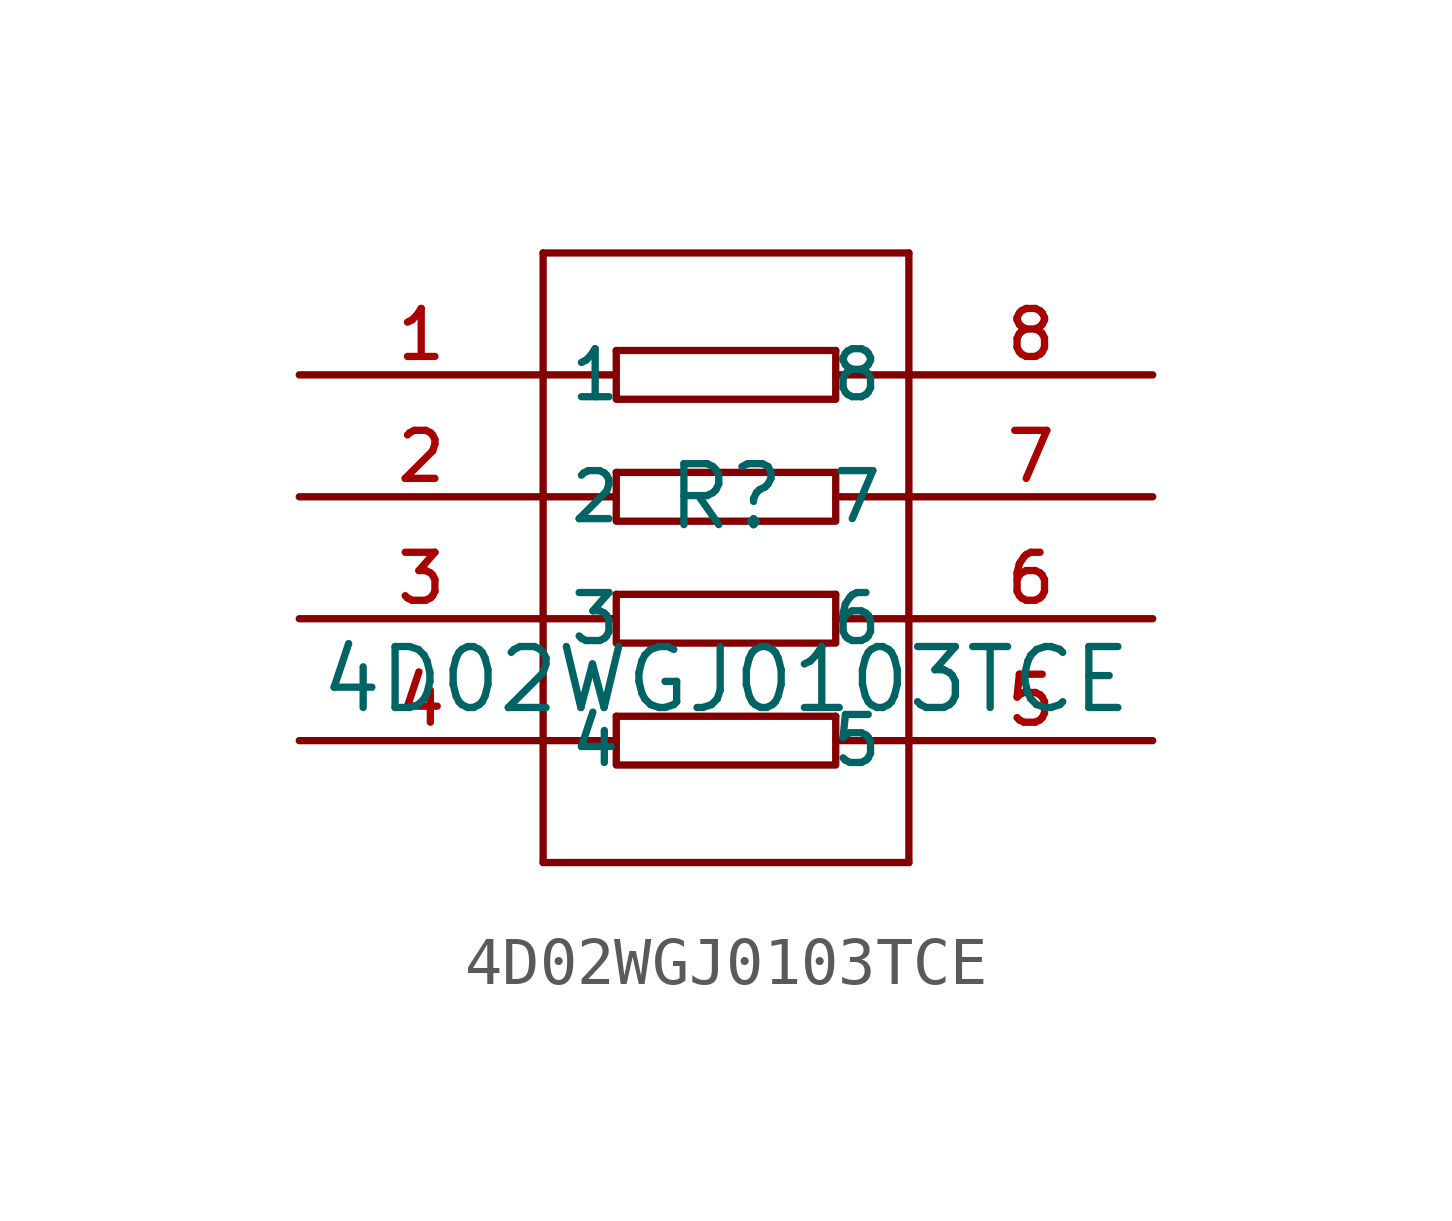
<source format=kicad_sym>
(kicad_symbol_lib
  (version 20210201)
  (generator TousstNicolas/JLC2KiCad_lib)
  (symbol "4D02WGJ0103TCE"
    (property "Reference" "R"
      (at 0 1.27 0)
      (effects (font (size 1.27 1.27))))
    (property "Value" "4D02WGJ0103TCE"
      (at 0 -2.54 0)
      (effects (font (size 1.27 1.27))))
    (symbol "4D02WGJ0103TCE_0_1"
      (pin input line (at -8.89 3.81 0) (length 5.08) (name "1" (effects (font (size 1 1)))) (number "1" (effects (font (size 1 1)))))
      (pin input line (at -8.89 1.27 0) (length 5.08) (name "2" (effects (font (size 1 1)))) (number "2" (effects (font (size 1 1)))))
      (pin input line (at -8.89 -1.27 0) (length 5.08) (name "3" (effects (font (size 1 1)))) (number "3" (effects (font (size 1 1)))))
      (pin input line (at -8.89 -3.81 0) (length 5.08) (name "4" (effects (font (size 1 1)))) (number "4" (effects (font (size 1 1)))))
      (pin input line (at 8.89 -3.81 180) (length 5.08) (name "5" (effects (font (size 1 1)))) (number "5" (effects (font (size 1 1)))))
      (pin input line (at 8.89 -1.27 180) (length 5.08) (name "6" (effects (font (size 1 1)))) (number "6" (effects (font (size 1 1)))))
      (pin input line (at 8.89 1.27 180) (length 5.08) (name "7" (effects (font (size 1 1)))) (number "7" (effects (font (size 1 1)))))
      (pin input line (at 8.89 3.81 180) (length 5.08) (name "8" (effects (font (size 1 1)))) (number "8" (effects (font (size 1 1)))))
      (polyline (pts (xy -3.81 -3.81) (xy -2.286 -3.81)) (stroke (width 0) (type default) (color 0 0 0 0)) (fill (type none)))
      (polyline (pts (xy -3.81 6.35) (xy -3.81 -6.35)) (stroke (width 0) (type default) (color 0 0 0 0)) (fill (type none)))
      (polyline (pts (xy 3.81 6.35) (xy 3.81 -6.35)) (stroke (width 0) (type default) (color 0 0 0 0)) (fill (type none)))
      (polyline (pts (xy -3.81 3.81) (xy -2.286 3.81)) (stroke (width 0) (type default) (color 0 0 0 0)) (fill (type none)))
      (polyline (pts (xy -3.81 -1.27) (xy -2.286 -1.27)) (stroke (width 0) (type default) (color 0 0 0 0)) (fill (type none)))
      (polyline (pts (xy -3.81 6.35) (xy 3.81 6.35)) (stroke (width 0) (type default) (color 0 0 0 0)) (fill (type none)))
      (polyline (pts (xy -3.81 1.27) (xy -2.286 1.27)) (stroke (width 0) (type default) (color 0 0 0 0)) (fill (type none)))
      (polyline (pts (xy -2.286 4.318) (xy 2.286 4.318)) (stroke (width 0) (type default) (color 0 0 0 0)) (fill (type none)))
      (polyline (pts (xy -2.286 4.318) (xy -2.286 3.302) (xy 2.286 3.302) (xy 2.286 4.318)) (stroke (width 0) (type default) (color 0 0 0 0)) (fill (type none)))
      (polyline (pts (xy -2.286 1.778) (xy 2.286 1.778)) (stroke (width 0) (type default) (color 0 0 0 0)) (fill (type none)))
      (polyline (pts (xy -2.286 1.778) (xy -2.286 0.762) (xy 2.286 0.762) (xy 2.286 1.778)) (stroke (width 0) (type default) (color 0 0 0 0)) (fill (type none)))
      (polyline (pts (xy -2.286 -0.762) (xy 2.286 -0.762)) (stroke (width 0) (type default) (color 0 0 0 0)) (fill (type none)))
      (polyline (pts (xy -2.286 -0.762) (xy -2.286 -1.778) (xy 2.286 -1.778) (xy 2.286 -0.762)) (stroke (width 0) (type default) (color 0 0 0 0)) (fill (type none)))
      (polyline (pts (xy -2.286 -3.302) (xy 2.286 -3.302)) (stroke (width 0) (type default) (color 0 0 0 0)) (fill (type none)))
      (polyline (pts (xy -2.286 -3.302) (xy -2.286 -4.318) (xy 2.286 -4.318) (xy 2.286 -3.302)) (stroke (width 0) (type default) (color 0 0 0 0)) (fill (type none)))
      (polyline (pts (xy 2.286 3.81) (xy 3.81 3.81)) (stroke (width 0) (type default) (color 0 0 0 0)) (fill (type none)))
      (polyline (pts (xy 2.286 1.27) (xy 3.81 1.27)) (stroke (width 0) (type default) (color 0 0 0 0)) (fill (type none)))
      (polyline (pts (xy 2.286 -1.27) (xy 3.81 -1.27)) (stroke (width 0) (type default) (color 0 0 0 0)) (fill (type none)))
      (polyline (pts (xy 2.286 -3.81) (xy 3.81 -3.81)) (stroke (width 0) (type default) (color 0 0 0 0)) (fill (type none)))
      (polyline (pts (xy -3.81 -6.35) (xy 3.81 -6.35)) (stroke (width 0) (type default) (color 0 0 0 0)) (fill (type none))))))
</source>
